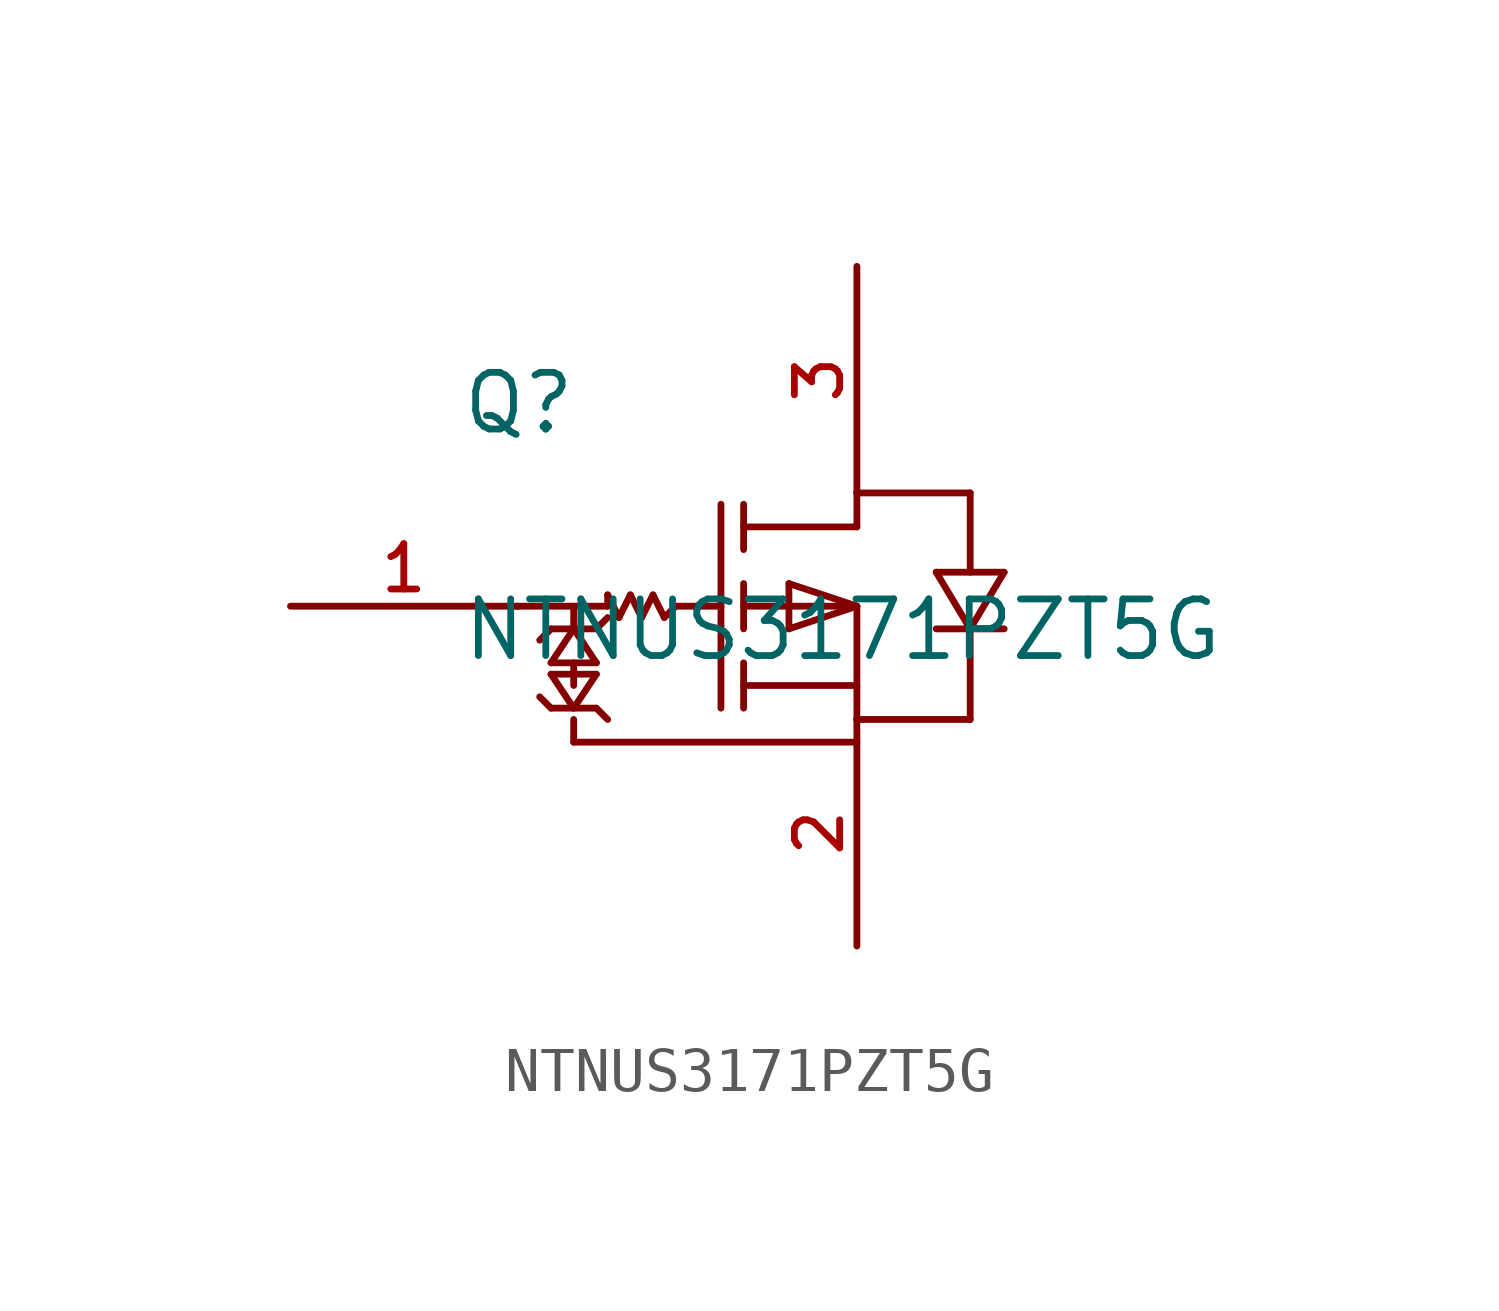
<source format=kicad_sym>
(kicad_symbol_lib
  (version 20211014)
  (generator kicad_symbol_editor)
  (symbol "NTNUS3171PZT5G"
    (pin_names
      (offset 1.016))
    (property "Reference" "Q"
      (at -1.27 1.27 0)
      (effects (font (size 1.27 1.27)) (justify bottom left)))
    (property "Value" "NTNUS3171PZT5G"
      (at -1.27 -3.81 0)
      (effects (font (size 1.27 1.27)) (justify bottom left)))
    (symbol "NTNUS3171PZT5G_0_0"
      (polyline (pts (xy 1.27 -2.54) (xy 1.27 -3.048)) (stroke (width 0.152)))
      (polyline (pts (xy 1.27 -5.588) (xy 1.27 -5.08)) (stroke (width 0.152)))
      (polyline (pts (xy 1.27 -3.81) (xy 1.27 -4.318)) (stroke (width 0.152)))
      (polyline (pts (xy 1.778 -3.048) (xy 2.032 -2.794)) (stroke (width 0.152)))
      (polyline (pts (xy 1.778 -3.048) (xy 0.762 -3.048)) (stroke (width 0.152)))
      (polyline (pts (xy 0.762 -3.048) (xy 0.508 -3.302)) (stroke (width 0.152)))
      (polyline (pts (xy 7.62 -2.54) (xy 6.096 -2.032)) (stroke (width 0.152)))
      (polyline (pts (xy 6.096 -2.032) (xy 6.096 -3.048)) (stroke (width 0.152)))
      (polyline (pts (xy 6.096 -3.048) (xy 7.62 -2.54)) (stroke (width 0.152)))
      (polyline (pts (xy 1.27 -5.588) (xy 7.62 -5.588)) (stroke (width 0.152)))
      (polyline (pts (xy 0.762 -4.826) (xy 0.508 -4.572)) (stroke (width 0.152)))
      (polyline (pts (xy 1.27 -4.826) (xy 0.762 -4.064)) (stroke (width 0.152)))
      (polyline (pts (xy 0.762 -4.064) (xy 1.778 -4.064)) (stroke (width 0.152)))
      (polyline (pts (xy 1.778 -4.064) (xy 1.27 -4.826)) (stroke (width 0.152)))
      (polyline (pts (xy 1.27 -3.048) (xy 0.762 -3.81)) (stroke (width 0.152)))
      (polyline (pts (xy 0.762 -3.81) (xy 1.778 -3.81)) (stroke (width 0.152)))
      (polyline (pts (xy 1.778 -3.81) (xy 1.27 -3.048)) (stroke (width 0.152)))
      (polyline (pts (xy 0.762 -4.826) (xy 1.778 -4.826)) (stroke (width 0.152)))
      (polyline (pts (xy 2.032 -2.54) (xy 0.0 -2.54)) (stroke (width 0.152)))
      (polyline (pts (xy 3.556 -2.54) (xy 4.572 -2.54)) (stroke (width 0.152)))
      (polyline (pts (xy 1.778 -4.826) (xy 2.032 -5.08)) (stroke (width 0.152)))
      (polyline (pts (xy 10.922 -3.048) (xy 9.398 -3.048)) (stroke (width 0.152)))
      (polyline (pts (xy 10.16 -3.048) (xy 10.922 -1.778)) (stroke (width 0.152)))
      (polyline (pts (xy 10.922 -1.778) (xy 9.398 -1.778)) (stroke (width 0.152)))
      (polyline (pts (xy 9.398 -1.778) (xy 10.16 -3.048)) (stroke (width 0.152)))
      (polyline (pts (xy 10.16 -5.08) (xy 10.16 -3.048)) (stroke (width 0.152)))
      (polyline (pts (xy 10.16 0.0) (xy 10.16 -1.778)) (stroke (width 0.152)))
      (polyline (pts (xy 7.62 -5.08) (xy 10.16 -5.08)) (stroke (width 0.152)))
      (polyline (pts (xy 7.62 0.0) (xy 10.16 0.0)) (stroke (width 0.152)))
      (polyline (pts (xy 7.62 -0.762) (xy 7.62 0.0)) (stroke (width 0.152)))
      (polyline (pts (xy 5.08 -4.826) (xy 5.08 -3.81)) (stroke (width 0.152)))
      (polyline (pts (xy 5.08 -3.048) (xy 5.08 -2.032)) (stroke (width 0.152)))
      (polyline (pts (xy 5.08 -0.254) (xy 5.08 -1.27)) (stroke (width 0.152)))
      (polyline (pts (xy 4.572 -0.254) (xy 4.572 -4.826)) (stroke (width 0.152)))
      (polyline (pts (xy 7.62 -2.54) (xy 7.62 -5.08)) (stroke (width 0.152)))
      (polyline (pts (xy 7.62 -4.318) (xy 5.08 -4.318)) (stroke (width 0.152)))
      (polyline (pts (xy 7.62 -2.54) (xy 5.08 -2.54)) (stroke (width 0.152)))
      (polyline (pts (xy 7.62 -0.762) (xy 5.08 -0.762)) (stroke (width 0.152)))
      (polyline (pts (xy 3.556 -2.54) (xy 3.302 -2.794)) (stroke (width 0.152)))
      (polyline (pts (xy 3.302 -2.794) (xy 3.048 -2.286)) (stroke (width 0.152)))
      (polyline (pts (xy 3.048 -2.286) (xy 2.794 -2.794)) (stroke (width 0.152)))
      (polyline (pts (xy 2.794 -2.794) (xy 2.54 -2.286)) (stroke (width 0.152)))
      (polyline (pts (xy 2.54 -2.286) (xy 2.286 -2.794)) (stroke (width 0.152)))
      (polyline (pts (xy 2.286 -2.794) (xy 2.032 -2.286)) (stroke (width 0.152)))
      (polyline (pts (xy 2.032 -2.286) (xy 2.032 -2.54)) (stroke (width 0.152)))
      (polyline (pts (xy 7.62 0.0) (xy 7.62 0.0)) (stroke (width 0.152)))
      (polyline (pts (xy 7.62 -5.08) (xy 7.62 -5.08)) (stroke (width 0.152)))
      (polyline (pts (xy 0.0 -2.54) (xy 0.0 -2.54)) (stroke (width 0.152)))
      (pin passive line (at 7.62 5.08 270.0) (length 5.08) (name "~" (effects (font (size 1.016 1.016)))) (number "3" (effects (font (size 1.016 1.016)))))
      (pin passive line (at 7.62 -10.16 90.0) (length 5.08) (name "~" (effects (font (size 1.016 1.016)))) (number "2" (effects (font (size 1.016 1.016)))))
      (pin passive line (at -5.08 -2.54 0) (length 5.08) (name "~" (effects (font (size 1.016 1.016)))) (number "1" (effects (font (size 1.016 1.016))))))))
</source>
